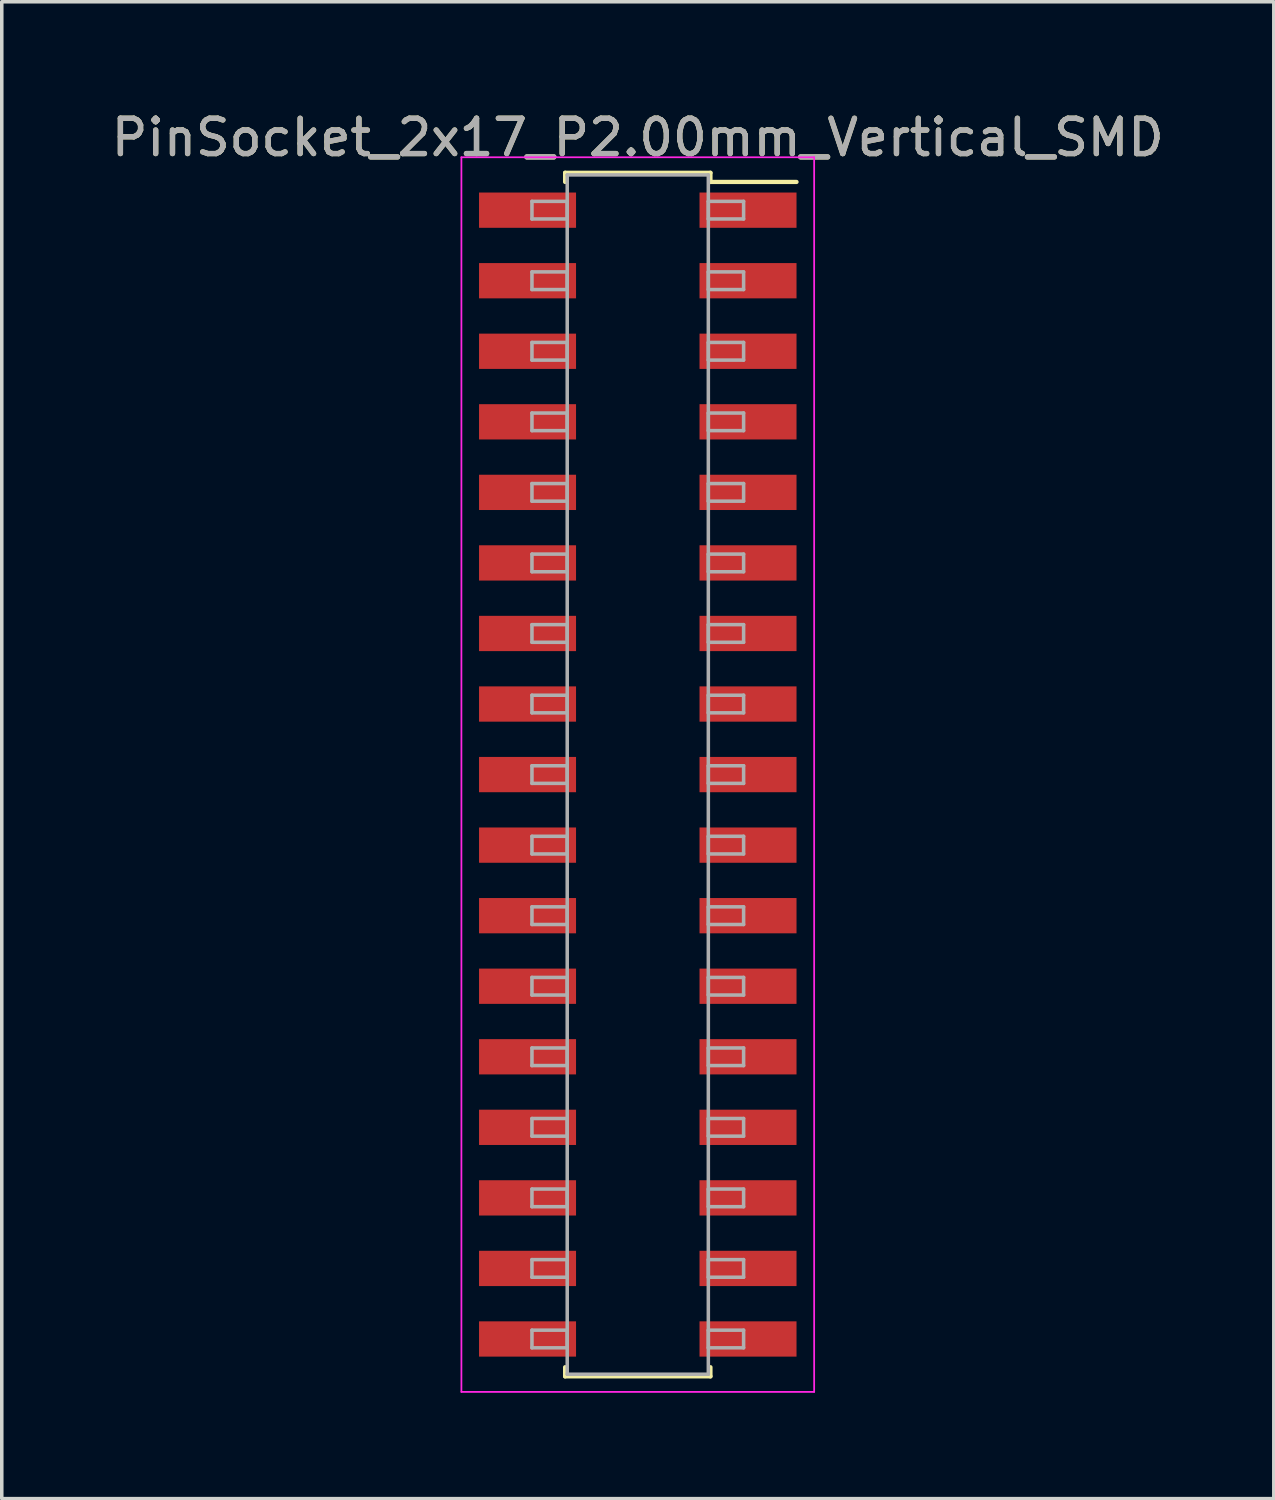
<source format=kicad_pcb>
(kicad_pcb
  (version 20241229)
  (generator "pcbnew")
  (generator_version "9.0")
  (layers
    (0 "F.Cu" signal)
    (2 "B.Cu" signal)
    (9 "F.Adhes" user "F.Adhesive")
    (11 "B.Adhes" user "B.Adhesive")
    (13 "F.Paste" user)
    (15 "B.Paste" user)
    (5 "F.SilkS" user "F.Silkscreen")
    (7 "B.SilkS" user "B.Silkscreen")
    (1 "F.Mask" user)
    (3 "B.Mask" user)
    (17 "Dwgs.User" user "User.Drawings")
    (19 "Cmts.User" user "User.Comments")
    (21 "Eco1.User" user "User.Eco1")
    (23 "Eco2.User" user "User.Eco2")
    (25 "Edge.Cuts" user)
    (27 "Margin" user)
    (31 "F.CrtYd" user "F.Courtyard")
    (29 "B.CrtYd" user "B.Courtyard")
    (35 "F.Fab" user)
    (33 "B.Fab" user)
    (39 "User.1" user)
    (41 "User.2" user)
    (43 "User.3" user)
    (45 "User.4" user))
  (footprint "PinSocket_2x17_P2.00mm_Vertical_SMD"
    (layer "F.Cu")
    (at 15.03 18.908)
    (property "Reference" "PinSocket_2x17_P2.00mm_Vertical_SMD" (at 0 -18.06 0) (layer "F.SilkS") (effects (font (size 1 1) (thickness 0.15))))
    (attr smd)
    (fp_line (start -2.06 -17.06) (end 2.06 -17.06) (stroke (width 0.12) (type solid)) (layer "F.SilkS"))
    (fp_line (start -2.06 -16.8) (end -2.06 -17.06) (stroke (width 0.12) (type solid)) (layer "F.SilkS"))
    (fp_line (start -2.06 16.8) (end -2.06 17.06) (stroke (width 0.12) (type solid)) (layer "F.SilkS"))
    (fp_line (start -2.06 17.06) (end 2.06 17.06) (stroke (width 0.12) (type solid)) (layer "F.SilkS"))
    (fp_line (start 2.06 -17.06) (end 2.06 -16.8) (stroke (width 0.12) (type solid)) (layer "F.SilkS"))
    (fp_line (start 2.06 17.06) (end 2.06 16.8) (stroke (width 0.12) (type solid)) (layer "F.SilkS"))
    (fp_line (start 4.5 -16.8) (end 2.06 -16.8) (stroke (width 0.12) (type solid)) (layer "F.SilkS"))
    (fp_line (start -5 -17.5) (end -5 17.5) (stroke (width 0.05) (type solid)) (layer "F.CrtYd"))
    (fp_line (start -5 17.5) (end 5 17.5) (stroke (width 0.05) (type solid)) (layer "F.CrtYd"))
    (fp_line (start 5 -17.5) (end -5 -17.5) (stroke (width 0.05) (type solid)) (layer "F.CrtYd"))
    (fp_line (start 5 17.5) (end 5 -17.5) (stroke (width 0.05) (type solid)) (layer "F.CrtYd"))
    (fp_line (start -3 -16.25) (end -2 -16.25) (stroke (width 0.1) (type solid)) (layer "F.Fab"))
    (fp_line (start -3 -15.75) (end -3 -16.25) (stroke (width 0.1) (type solid)) (layer "F.Fab"))
    (fp_line (start -3 -14.25) (end -2 -14.25) (stroke (width 0.1) (type solid)) (layer "F.Fab"))
    (fp_line (start -3 -13.75) (end -3 -14.25) (stroke (width 0.1) (type solid)) (layer "F.Fab"))
    (fp_line (start -3 -12.25) (end -2 -12.25) (stroke (width 0.1) (type solid)) (layer "F.Fab"))
    (fp_line (start -3 -11.75) (end -3 -12.25) (stroke (width 0.1) (type solid)) (layer "F.Fab"))
    (fp_line (start -3 -10.25) (end -2 -10.25) (stroke (width 0.1) (type solid)) (layer "F.Fab"))
    (fp_line (start -3 -9.75) (end -3 -10.25) (stroke (width 0.1) (type solid)) (layer "F.Fab"))
    (fp_line (start -3 -8.25) (end -2 -8.25) (stroke (width 0.1) (type solid)) (layer "F.Fab"))
    (fp_line (start -3 -7.75) (end -3 -8.25) (stroke (width 0.1) (type solid)) (layer "F.Fab"))
    (fp_line (start -3 -6.25) (end -2 -6.25) (stroke (width 0.1) (type solid)) (layer "F.Fab"))
    (fp_line (start -3 -5.75) (end -3 -6.25) (stroke (width 0.1) (type solid)) (layer "F.Fab"))
    (fp_line (start -3 -4.25) (end -2 -4.25) (stroke (width 0.1) (type solid)) (layer "F.Fab"))
    (fp_line (start -3 -3.75) (end -3 -4.25) (stroke (width 0.1) (type solid)) (layer "F.Fab"))
    (fp_line (start -3 -2.25) (end -2 -2.25) (stroke (width 0.1) (type solid)) (layer "F.Fab"))
    (fp_line (start -3 -1.75) (end -3 -2.25) (stroke (width 0.1) (type solid)) (layer "F.Fab"))
    (fp_line (start -3 -0.25) (end -2 -0.25) (stroke (width 0.1) (type solid)) (layer "F.Fab"))
    (fp_line (start -3 0.25) (end -3 -0.25) (stroke (width 0.1) (type solid)) (layer "F.Fab"))
    (fp_line (start -3 1.75) (end -2 1.75) (stroke (width 0.1) (type solid)) (layer "F.Fab"))
    (fp_line (start -3 2.25) (end -3 1.75) (stroke (width 0.1) (type solid)) (layer "F.Fab"))
    (fp_line (start -3 3.75) (end -2 3.75) (stroke (width 0.1) (type solid)) (layer "F.Fab"))
    (fp_line (start -3 4.25) (end -3 3.75) (stroke (width 0.1) (type solid)) (layer "F.Fab"))
    (fp_line (start -3 5.75) (end -2 5.75) (stroke (width 0.1) (type solid)) (layer "F.Fab"))
    (fp_line (start -3 6.25) (end -3 5.75) (stroke (width 0.1) (type solid)) (layer "F.Fab"))
    (fp_line (start -3 7.75) (end -2 7.75) (stroke (width 0.1) (type solid)) (layer "F.Fab"))
    (fp_line (start -3 8.25) (end -3 7.75) (stroke (width 0.1) (type solid)) (layer "F.Fab"))
    (fp_line (start -3 9.75) (end -2 9.75) (stroke (width 0.1) (type solid)) (layer "F.Fab"))
    (fp_line (start -3 10.25) (end -3 9.75) (stroke (width 0.1) (type solid)) (layer "F.Fab"))
    (fp_line (start -3 11.75) (end -2 11.75) (stroke (width 0.1) (type solid)) (layer "F.Fab"))
    (fp_line (start -3 12.25) (end -3 11.75) (stroke (width 0.1) (type solid)) (layer "F.Fab"))
    (fp_line (start -3 13.75) (end -2 13.75) (stroke (width 0.1) (type solid)) (layer "F.Fab"))
    (fp_line (start -3 14.25) (end -3 13.75) (stroke (width 0.1) (type solid)) (layer "F.Fab"))
    (fp_line (start -3 15.75) (end -2 15.75) (stroke (width 0.1) (type solid)) (layer "F.Fab"))
    (fp_line (start -3 16.25) (end -3 15.75) (stroke (width 0.1) (type solid)) (layer "F.Fab"))
    (fp_line (start -2 -17) (end -2 17) (stroke (width 0.1) (type solid)) (layer "F.Fab"))
    (fp_line (start -2 -16.25) (end -2 -15.75) (stroke (width 0.1) (type solid)) (layer "F.Fab"))
    (fp_line (start -2 -15.75) (end -3 -15.75) (stroke (width 0.1) (type solid)) (layer "F.Fab"))
    (fp_line (start -2 -14.25) (end -2 -13.75) (stroke (width 0.1) (type solid)) (layer "F.Fab"))
    (fp_line (start -2 -13.75) (end -3 -13.75) (stroke (width 0.1) (type solid)) (layer "F.Fab"))
    (fp_line (start -2 -12.25) (end -2 -11.75) (stroke (width 0.1) (type solid)) (layer "F.Fab"))
    (fp_line (start -2 -11.75) (end -3 -11.75) (stroke (width 0.1) (type solid)) (layer "F.Fab"))
    (fp_line (start -2 -10.25) (end -2 -9.75) (stroke (width 0.1) (type solid)) (layer "F.Fab"))
    (fp_line (start -2 -9.75) (end -3 -9.75) (stroke (width 0.1) (type solid)) (layer "F.Fab"))
    (fp_line (start -2 -8.25) (end -2 -7.75) (stroke (width 0.1) (type solid)) (layer "F.Fab"))
    (fp_line (start -2 -7.75) (end -3 -7.75) (stroke (width 0.1) (type solid)) (layer "F.Fab"))
    (fp_line (start -2 -6.25) (end -2 -5.75) (stroke (width 0.1) (type solid)) (layer "F.Fab"))
    (fp_line (start -2 -5.75) (end -3 -5.75) (stroke (width 0.1) (type solid)) (layer "F.Fab"))
    (fp_line (start -2 -4.25) (end -2 -3.75) (stroke (width 0.1) (type solid)) (layer "F.Fab"))
    (fp_line (start -2 -3.75) (end -3 -3.75) (stroke (width 0.1) (type solid)) (layer "F.Fab"))
    (fp_line (start -2 -2.25) (end -2 -1.75) (stroke (width 0.1) (type solid)) (layer "F.Fab"))
    (fp_line (start -2 -1.75) (end -3 -1.75) (stroke (width 0.1) (type solid)) (layer "F.Fab"))
    (fp_line (start -2 -0.25) (end -2 0.25) (stroke (width 0.1) (type solid)) (layer "F.Fab"))
    (fp_line (start -2 0.25) (end -3 0.25) (stroke (width 0.1) (type solid)) (layer "F.Fab"))
    (fp_line (start -2 1.75) (end -2 2.25) (stroke (width 0.1) (type solid)) (layer "F.Fab"))
    (fp_line (start -2 2.25) (end -3 2.25) (stroke (width 0.1) (type solid)) (layer "F.Fab"))
    (fp_line (start -2 3.75) (end -2 4.25) (stroke (width 0.1) (type solid)) (layer "F.Fab"))
    (fp_line (start -2 4.25) (end -3 4.25) (stroke (width 0.1) (type solid)) (layer "F.Fab"))
    (fp_line (start -2 5.75) (end -2 6.25) (stroke (width 0.1) (type solid)) (layer "F.Fab"))
    (fp_line (start -2 6.25) (end -3 6.25) (stroke (width 0.1) (type solid)) (layer "F.Fab"))
    (fp_line (start -2 7.75) (end -2 8.25) (stroke (width 0.1) (type solid)) (layer "F.Fab"))
    (fp_line (start -2 8.25) (end -3 8.25) (stroke (width 0.1) (type solid)) (layer "F.Fab"))
    (fp_line (start -2 9.75) (end -2 10.25) (stroke (width 0.1) (type solid)) (layer "F.Fab"))
    (fp_line (start -2 10.25) (end -3 10.25) (stroke (width 0.1) (type solid)) (layer "F.Fab"))
    (fp_line (start -2 11.75) (end -2 12.25) (stroke (width 0.1) (type solid)) (layer "F.Fab"))
    (fp_line (start -2 12.25) (end -3 12.25) (stroke (width 0.1) (type solid)) (layer "F.Fab"))
    (fp_line (start -2 13.75) (end -2 14.25) (stroke (width 0.1) (type solid)) (layer "F.Fab"))
    (fp_line (start -2 14.25) (end -3 14.25) (stroke (width 0.1) (type solid)) (layer "F.Fab"))
    (fp_line (start -2 15.75) (end -2 16.25) (stroke (width 0.1) (type solid)) (layer "F.Fab"))
    (fp_line (start -2 16.25) (end -3 16.25) (stroke (width 0.1) (type solid)) (layer "F.Fab"))
    (fp_line (start -2 17) (end 2 17) (stroke (width 0.1) (type solid)) (layer "F.Fab"))
    (fp_line (start 2 -17) (end -2 -17) (stroke (width 0.1) (type solid)) (layer "F.Fab"))
    (fp_line (start 2 -16.25) (end 2 -15.75) (stroke (width 0.1) (type solid)) (layer "F.Fab"))
    (fp_line (start 2 -15.75) (end 3 -15.75) (stroke (width 0.1) (type solid)) (layer "F.Fab"))
    (fp_line (start 2 -14.25) (end 2 -13.75) (stroke (width 0.1) (type solid)) (layer "F.Fab"))
    (fp_line (start 2 -13.75) (end 3 -13.75) (stroke (width 0.1) (type solid)) (layer "F.Fab"))
    (fp_line (start 2 -12.25) (end 2 -11.75) (stroke (width 0.1) (type solid)) (layer "F.Fab"))
    (fp_line (start 2 -11.75) (end 3 -11.75) (stroke (width 0.1) (type solid)) (layer "F.Fab"))
    (fp_line (start 2 -10.25) (end 2 -9.75) (stroke (width 0.1) (type solid)) (layer "F.Fab"))
    (fp_line (start 2 -9.75) (end 3 -9.75) (stroke (width 0.1) (type solid)) (layer "F.Fab"))
    (fp_line (start 2 -8.25) (end 2 -7.75) (stroke (width 0.1) (type solid)) (layer "F.Fab"))
    (fp_line (start 2 -7.75) (end 3 -7.75) (stroke (width 0.1) (type solid)) (layer "F.Fab"))
    (fp_line (start 2 -6.25) (end 2 -5.75) (stroke (width 0.1) (type solid)) (layer "F.Fab"))
    (fp_line (start 2 -5.75) (end 3 -5.75) (stroke (width 0.1) (type solid)) (layer "F.Fab"))
    (fp_line (start 2 -4.25) (end 2 -3.75) (stroke (width 0.1) (type solid)) (layer "F.Fab"))
    (fp_line (start 2 -3.75) (end 3 -3.75) (stroke (width 0.1) (type solid)) (layer "F.Fab"))
    (fp_line (start 2 -2.25) (end 2 -1.75) (stroke (width 0.1) (type solid)) (layer "F.Fab"))
    (fp_line (start 2 -1.75) (end 3 -1.75) (stroke (width 0.1) (type solid)) (layer "F.Fab"))
    (fp_line (start 2 -0.25) (end 2 0.25) (stroke (width 0.1) (type solid)) (layer "F.Fab"))
    (fp_line (start 2 0.25) (end 3 0.25) (stroke (width 0.1) (type solid)) (layer "F.Fab"))
    (fp_line (start 2 1.75) (end 2 2.25) (stroke (width 0.1) (type solid)) (layer "F.Fab"))
    (fp_line (start 2 2.25) (end 3 2.25) (stroke (width 0.1) (type solid)) (layer "F.Fab"))
    (fp_line (start 2 3.75) (end 2 4.25) (stroke (width 0.1) (type solid)) (layer "F.Fab"))
    (fp_line (start 2 4.25) (end 3 4.25) (stroke (width 0.1) (type solid)) (layer "F.Fab"))
    (fp_line (start 2 5.75) (end 2 6.25) (stroke (width 0.1) (type solid)) (layer "F.Fab"))
    (fp_line (start 2 6.25) (end 3 6.25) (stroke (width 0.1) (type solid)) (layer "F.Fab"))
    (fp_line (start 2 7.75) (end 2 8.25) (stroke (width 0.1) (type solid)) (layer "F.Fab"))
    (fp_line (start 2 8.25) (end 3 8.25) (stroke (width 0.1) (type solid)) (layer "F.Fab"))
    (fp_line (start 2 9.75) (end 2 10.25) (stroke (width 0.1) (type solid)) (layer "F.Fab"))
    (fp_line (start 2 10.25) (end 3 10.25) (stroke (width 0.1) (type solid)) (layer "F.Fab"))
    (fp_line (start 2 11.75) (end 2 12.25) (stroke (width 0.1) (type solid)) (layer "F.Fab"))
    (fp_line (start 2 12.25) (end 3 12.25) (stroke (width 0.1) (type solid)) (layer "F.Fab"))
    (fp_line (start 2 13.75) (end 2 14.25) (stroke (width 0.1) (type solid)) (layer "F.Fab"))
    (fp_line (start 2 14.25) (end 3 14.25) (stroke (width 0.1) (type solid)) (layer "F.Fab"))
    (fp_line (start 2 15.75) (end 2 16.25) (stroke (width 0.1) (type solid)) (layer "F.Fab"))
    (fp_line (start 2 16.25) (end 3 16.25) (stroke (width 0.1) (type solid)) (layer "F.Fab"))
    (fp_line (start 2 17) (end 2 -17) (stroke (width 0.1) (type solid)) (layer "F.Fab"))
    (fp_line (start 3 -16.25) (end 2 -16.25) (stroke (width 0.1) (type solid)) (layer "F.Fab"))
    (fp_line (start 3 -15.75) (end 3 -16.25) (stroke (width 0.1) (type solid)) (layer "F.Fab"))
    (fp_line (start 3 -14.25) (end 2 -14.25) (stroke (width 0.1) (type solid)) (layer "F.Fab"))
    (fp_line (start 3 -13.75) (end 3 -14.25) (stroke (width 0.1) (type solid)) (layer "F.Fab"))
    (fp_line (start 3 -12.25) (end 2 -12.25) (stroke (width 0.1) (type solid)) (layer "F.Fab"))
    (fp_line (start 3 -11.75) (end 3 -12.25) (stroke (width 0.1) (type solid)) (layer "F.Fab"))
    (fp_line (start 3 -10.25) (end 2 -10.25) (stroke (width 0.1) (type solid)) (layer "F.Fab"))
    (fp_line (start 3 -9.75) (end 3 -10.25) (stroke (width 0.1) (type solid)) (layer "F.Fab"))
    (fp_line (start 3 -8.25) (end 2 -8.25) (stroke (width 0.1) (type solid)) (layer "F.Fab"))
    (fp_line (start 3 -7.75) (end 3 -8.25) (stroke (width 0.1) (type solid)) (layer "F.Fab"))
    (fp_line (start 3 -6.25) (end 2 -6.25) (stroke (width 0.1) (type solid)) (layer "F.Fab"))
    (fp_line (start 3 -5.75) (end 3 -6.25) (stroke (width 0.1) (type solid)) (layer "F.Fab"))
    (fp_line (start 3 -4.25) (end 2 -4.25) (stroke (width 0.1) (type solid)) (layer "F.Fab"))
    (fp_line (start 3 -3.75) (end 3 -4.25) (stroke (width 0.1) (type solid)) (layer "F.Fab"))
    (fp_line (start 3 -2.25) (end 2 -2.25) (stroke (width 0.1) (type solid)) (layer "F.Fab"))
    (fp_line (start 3 -1.75) (end 3 -2.25) (stroke (width 0.1) (type solid)) (layer "F.Fab"))
    (fp_line (start 3 -0.25) (end 2 -0.25) (stroke (width 0.1) (type solid)) (layer "F.Fab"))
    (fp_line (start 3 0.25) (end 3 -0.25) (stroke (width 0.1) (type solid)) (layer "F.Fab"))
    (fp_line (start 3 1.75) (end 2 1.75) (stroke (width 0.1) (type solid)) (layer "F.Fab"))
    (fp_line (start 3 2.25) (end 3 1.75) (stroke (width 0.1) (type solid)) (layer "F.Fab"))
    (fp_line (start 3 3.75) (end 2 3.75) (stroke (width 0.1) (type solid)) (layer "F.Fab"))
    (fp_line (start 3 4.25) (end 3 3.75) (stroke (width 0.1) (type solid)) (layer "F.Fab"))
    (fp_line (start 3 5.75) (end 2 5.75) (stroke (width 0.1) (type solid)) (layer "F.Fab"))
    (fp_line (start 3 6.25) (end 3 5.75) (stroke (width 0.1) (type solid)) (layer "F.Fab"))
    (fp_line (start 3 7.75) (end 2 7.75) (stroke (width 0.1) (type solid)) (layer "F.Fab"))
    (fp_line (start 3 8.25) (end 3 7.75) (stroke (width 0.1) (type solid)) (layer "F.Fab"))
    (fp_line (start 3 9.75) (end 2 9.75) (stroke (width 0.1) (type solid)) (layer "F.Fab"))
    (fp_line (start 3 10.25) (end 3 9.75) (stroke (width 0.1) (type solid)) (layer "F.Fab"))
    (fp_line (start 3 11.75) (end 2 11.75) (stroke (width 0.1) (type solid)) (layer "F.Fab"))
    (fp_line (start 3 12.25) (end 3 11.75) (stroke (width 0.1) (type solid)) (layer "F.Fab"))
    (fp_line (start 3 13.75) (end 2 13.75) (stroke (width 0.1) (type solid)) (layer "F.Fab"))
    (fp_line (start 3 14.25) (end 3 13.75) (stroke (width 0.1) (type solid)) (layer "F.Fab"))
    (fp_line (start 3 15.75) (end 2 15.75) (stroke (width 0.1) (type solid)) (layer "F.Fab"))
    (fp_line (start 3 16.25) (end 3 15.75) (stroke (width 0.1) (type solid)) (layer "F.Fab"))
    (fp_text user "${REFERENCE}" (at 0 -18.06 0) (layer "F.Fab") (effects (font (size 1 1) (thickness 0.15))))
    (pad "1" smd rect (at 3.125 -16) (size 2.75 1) (layers "F.Cu" "F.Mask" "F.Paste"))
    (pad "2" smd rect (at -3.125 -16) (size 2.75 1) (layers "F.Cu" "F.Mask" "F.Paste"))
    (pad "3" smd rect (at 3.125 -14) (size 2.75 1) (layers "F.Cu" "F.Mask" "F.Paste"))
    (pad "4" smd rect (at -3.125 -14) (size 2.75 1) (layers "F.Cu" "F.Mask" "F.Paste"))
    (pad "5" smd rect (at 3.125 -12) (size 2.75 1) (layers "F.Cu" "F.Mask" "F.Paste"))
    (pad "6" smd rect (at -3.125 -12) (size 2.75 1) (layers "F.Cu" "F.Mask" "F.Paste"))
    (pad "7" smd rect (at 3.125 -10) (size 2.75 1) (layers "F.Cu" "F.Mask" "F.Paste"))
    (pad "8" smd rect (at -3.125 -10) (size 2.75 1) (layers "F.Cu" "F.Mask" "F.Paste"))
    (pad "9" smd rect (at 3.125 -8) (size 2.75 1) (layers "F.Cu" "F.Mask" "F.Paste"))
    (pad "10" smd rect (at -3.125 -8) (size 2.75 1) (layers "F.Cu" "F.Mask" "F.Paste"))
    (pad "11" smd rect (at 3.125 -6) (size 2.75 1) (layers "F.Cu" "F.Mask" "F.Paste"))
    (pad "12" smd rect (at -3.125 -6) (size 2.75 1) (layers "F.Cu" "F.Mask" "F.Paste"))
    (pad "13" smd rect (at 3.125 -4) (size 2.75 1) (layers "F.Cu" "F.Mask" "F.Paste"))
    (pad "14" smd rect (at -3.125 -4) (size 2.75 1) (layers "F.Cu" "F.Mask" "F.Paste"))
    (pad "15" smd rect (at 3.125 -2) (size 2.75 1) (layers "F.Cu" "F.Mask" "F.Paste"))
    (pad "16" smd rect (at -3.125 -2) (size 2.75 1) (layers "F.Cu" "F.Mask" "F.Paste"))
    (pad "17" smd rect (at 3.125 0) (size 2.75 1) (layers "F.Cu" "F.Mask" "F.Paste"))
    (pad "18" smd rect (at -3.125 0) (size 2.75 1) (layers "F.Cu" "F.Mask" "F.Paste"))
    (pad "19" smd rect (at 3.125 2) (size 2.75 1) (layers "F.Cu" "F.Mask" "F.Paste"))
    (pad "20" smd rect (at -3.125 2) (size 2.75 1) (layers "F.Cu" "F.Mask" "F.Paste"))
    (pad "21" smd rect (at 3.125 4) (size 2.75 1) (layers "F.Cu" "F.Mask" "F.Paste"))
    (pad "22" smd rect (at -3.125 4) (size 2.75 1) (layers "F.Cu" "F.Mask" "F.Paste"))
    (pad "23" smd rect (at 3.125 6) (size 2.75 1) (layers "F.Cu" "F.Mask" "F.Paste"))
    (pad "24" smd rect (at -3.125 6) (size 2.75 1) (layers "F.Cu" "F.Mask" "F.Paste"))
    (pad "25" smd rect (at 3.125 8) (size 2.75 1) (layers "F.Cu" "F.Mask" "F.Paste"))
    (pad "26" smd rect (at -3.125 8) (size 2.75 1) (layers "F.Cu" "F.Mask" "F.Paste"))
    (pad "27" smd rect (at 3.125 10) (size 2.75 1) (layers "F.Cu" "F.Mask" "F.Paste"))
    (pad "28" smd rect (at -3.125 10) (size 2.75 1) (layers "F.Cu" "F.Mask" "F.Paste"))
    (pad "29" smd rect (at 3.125 12) (size 2.75 1) (layers "F.Cu" "F.Mask" "F.Paste"))
    (pad "30" smd rect (at -3.125 12) (size 2.75 1) (layers "F.Cu" "F.Mask" "F.Paste"))
    (pad "31" smd rect (at 3.125 14) (size 2.75 1) (layers "F.Cu" "F.Mask" "F.Paste"))
    (pad "32" smd rect (at -3.125 14) (size 2.75 1) (layers "F.Cu" "F.Mask" "F.Paste"))
    (pad "33" smd rect (at 3.125 16) (size 2.75 1) (layers "F.Cu" "F.Mask" "F.Paste"))
    (pad "34" smd rect (at -3.125 16) (size 2.75 1) (layers "F.Cu" "F.Mask" "F.Paste")))
  (gr_rect
    (start -3 -3)
    (end 33.06 39.433)
    (stroke (width 0.1) (type default))
    (fill no)
    (layer "Edge.Cuts")))
</source>
